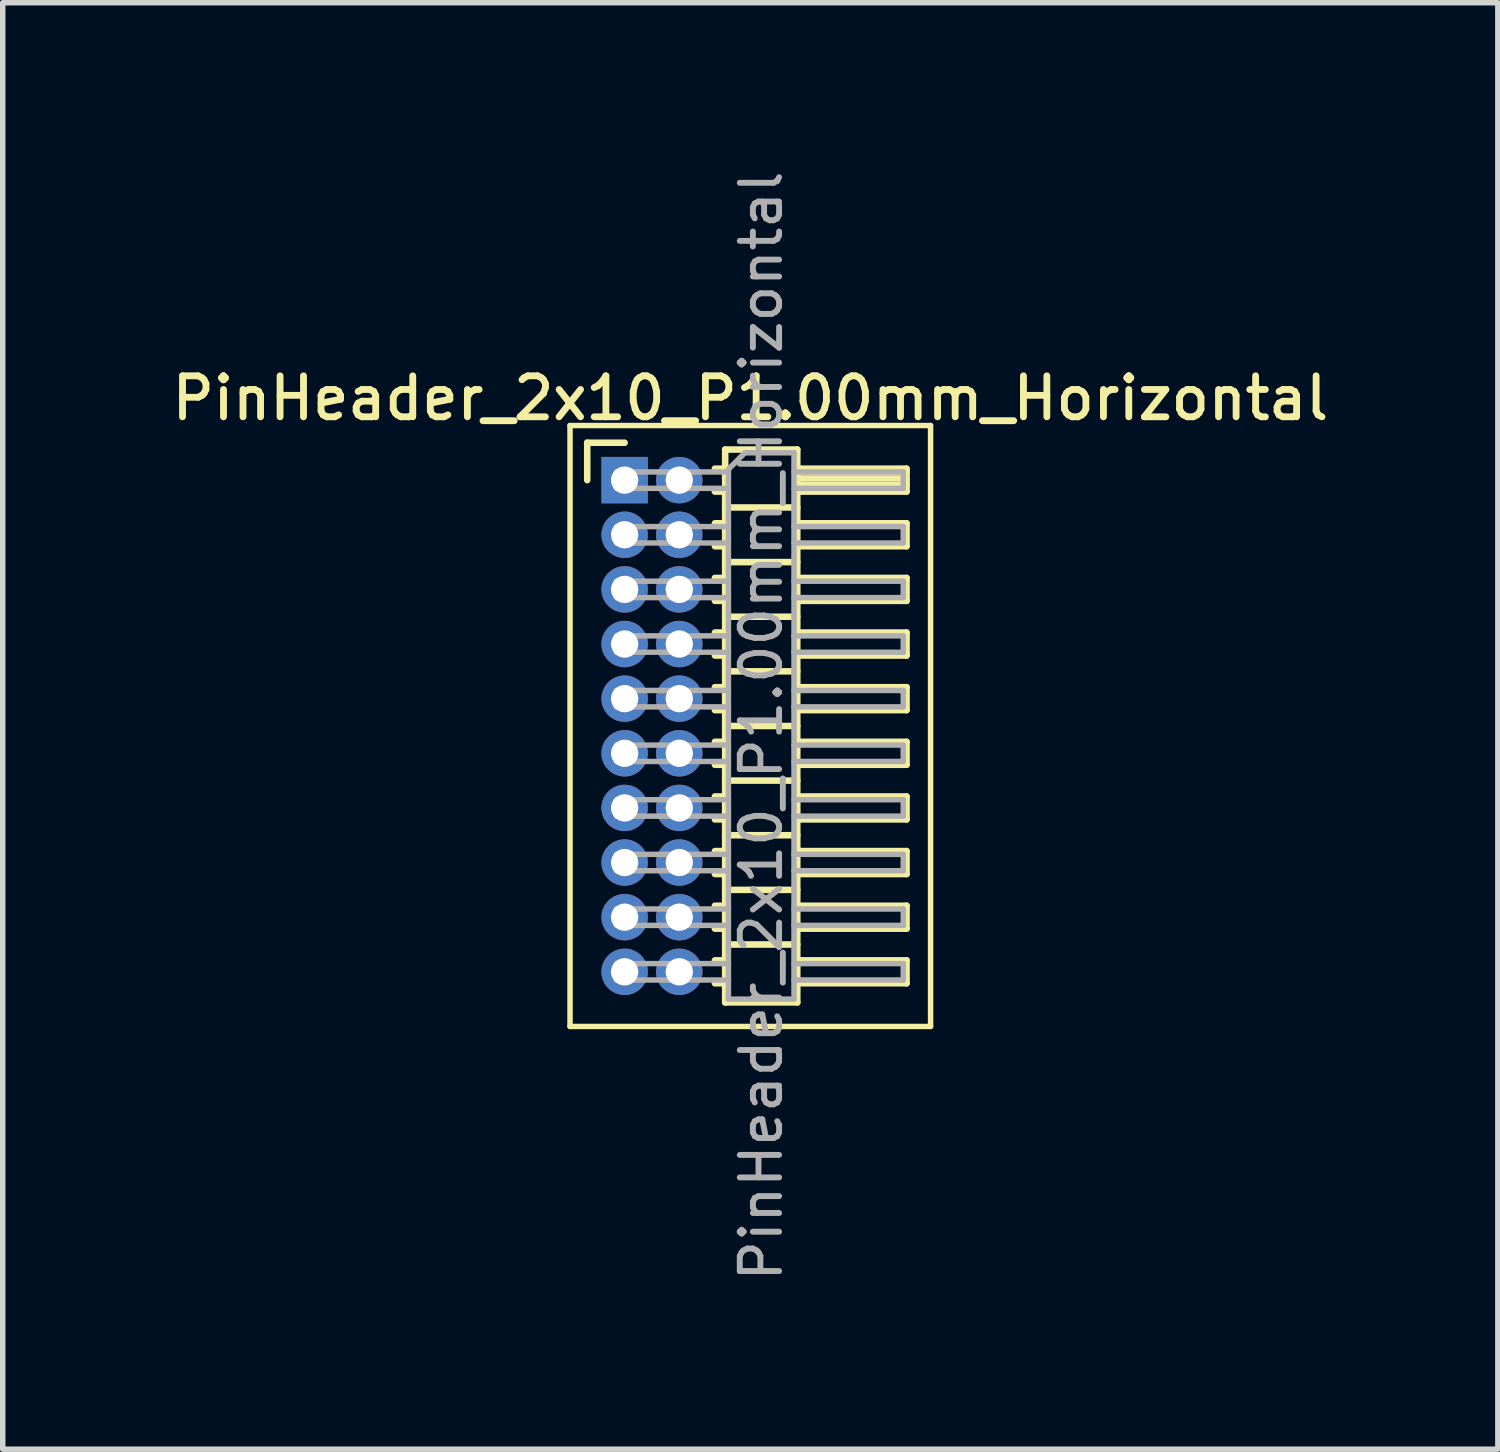
<source format=kicad_pcb>
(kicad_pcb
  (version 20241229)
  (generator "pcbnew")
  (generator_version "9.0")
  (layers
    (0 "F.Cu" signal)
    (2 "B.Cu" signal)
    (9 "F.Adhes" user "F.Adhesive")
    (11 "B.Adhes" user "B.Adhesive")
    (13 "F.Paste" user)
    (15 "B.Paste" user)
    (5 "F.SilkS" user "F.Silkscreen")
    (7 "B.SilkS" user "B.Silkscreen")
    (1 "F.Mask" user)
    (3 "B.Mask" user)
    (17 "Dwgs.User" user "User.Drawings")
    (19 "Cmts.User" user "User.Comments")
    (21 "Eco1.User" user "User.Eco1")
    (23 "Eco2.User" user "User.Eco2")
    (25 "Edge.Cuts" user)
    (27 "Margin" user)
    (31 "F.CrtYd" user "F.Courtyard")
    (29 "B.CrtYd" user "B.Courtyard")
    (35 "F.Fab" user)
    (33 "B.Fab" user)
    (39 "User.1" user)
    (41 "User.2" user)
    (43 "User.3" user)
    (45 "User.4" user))
  (footprint "PinHeader_2x10_P1.00mm_Horizontal"
    (layer "F.Cu")
    (at 8.384 5.739)
    (property "Reference" "PinHeader_2x10_P1.00mm_Horizontal" (at 2.3 -1.5 0) (layer "F.SilkS") (effects (font (size 0.75 0.75) (thickness 0.125))))
    (attr through_hole)
    (fp_line (start -1 -1) (end -1 10) (stroke (width 0.1) (type solid)) (layer "F.SilkS"))
    (fp_line (start -1 10) (end 5.6 10) (stroke (width 0.1) (type solid)) (layer "F.SilkS"))
    (fp_line (start -0.685 -0.685) (end 0 -0.685) (stroke (width 0.12) (type solid)) (layer "F.SilkS"))
    (fp_line (start -0.685 0) (end -0.685 -0.685) (stroke (width 0.12) (type solid)) (layer "F.SilkS"))
    (fp_line (start 1.652 -0.21) (end 1.84 -0.21) (stroke (width 0.12) (type solid)) (layer "F.SilkS"))
    (fp_line (start 1.652 0.21) (end 1.84 0.21) (stroke (width 0.12) (type solid)) (layer "F.SilkS"))
    (fp_line (start 1.652 0.79) (end 1.84 0.79) (stroke (width 0.12) (type solid)) (layer "F.SilkS"))
    (fp_line (start 1.652 1.21) (end 1.84 1.21) (stroke (width 0.12) (type solid)) (layer "F.SilkS"))
    (fp_line (start 1.652 1.79) (end 1.84 1.79) (stroke (width 0.12) (type solid)) (layer "F.SilkS"))
    (fp_line (start 1.652 2.21) (end 1.84 2.21) (stroke (width 0.12) (type solid)) (layer "F.SilkS"))
    (fp_line (start 1.652 2.79) (end 1.84 2.79) (stroke (width 0.12) (type solid)) (layer "F.SilkS"))
    (fp_line (start 1.652 3.21) (end 1.84 3.21) (stroke (width 0.12) (type solid)) (layer "F.SilkS"))
    (fp_line (start 1.652 3.79) (end 1.84 3.79) (stroke (width 0.12) (type solid)) (layer "F.SilkS"))
    (fp_line (start 1.652 4.21) (end 1.84 4.21) (stroke (width 0.12) (type solid)) (layer "F.SilkS"))
    (fp_line (start 1.652 4.79) (end 1.84 4.79) (stroke (width 0.12) (type solid)) (layer "F.SilkS"))
    (fp_line (start 1.652 5.21) (end 1.84 5.21) (stroke (width 0.12) (type solid)) (layer "F.SilkS"))
    (fp_line (start 1.652 5.79) (end 1.84 5.79) (stroke (width 0.12) (type solid)) (layer "F.SilkS"))
    (fp_line (start 1.652 6.21) (end 1.84 6.21) (stroke (width 0.12) (type solid)) (layer "F.SilkS"))
    (fp_line (start 1.652 6.79) (end 1.84 6.79) (stroke (width 0.12) (type solid)) (layer "F.SilkS"))
    (fp_line (start 1.652 7.21) (end 1.84 7.21) (stroke (width 0.12) (type solid)) (layer "F.SilkS"))
    (fp_line (start 1.652 7.79) (end 1.84 7.79) (stroke (width 0.12) (type solid)) (layer "F.SilkS"))
    (fp_line (start 1.652 8.21) (end 1.84 8.21) (stroke (width 0.12) (type solid)) (layer "F.SilkS"))
    (fp_line (start 1.652 8.79) (end 1.84 8.79) (stroke (width 0.12) (type solid)) (layer "F.SilkS"))
    (fp_line (start 1.652 9.21) (end 1.84 9.21) (stroke (width 0.12) (type solid)) (layer "F.SilkS"))
    (fp_line (start 1.84 -0.56) (end 1.84 9.56) (stroke (width 0.12) (type solid)) (layer "F.SilkS"))
    (fp_line (start 1.84 0.5) (end 3.16 0.5) (stroke (width 0.12) (type solid)) (layer "F.SilkS"))
    (fp_line (start 1.84 1.5) (end 3.16 1.5) (stroke (width 0.12) (type solid)) (layer "F.SilkS"))
    (fp_line (start 1.84 2.5) (end 3.16 2.5) (stroke (width 0.12) (type solid)) (layer "F.SilkS"))
    (fp_line (start 1.84 3.5) (end 3.16 3.5) (stroke (width 0.12) (type solid)) (layer "F.SilkS"))
    (fp_line (start 1.84 4.5) (end 3.16 4.5) (stroke (width 0.12) (type solid)) (layer "F.SilkS"))
    (fp_line (start 1.84 5.5) (end 3.16 5.5) (stroke (width 0.12) (type solid)) (layer "F.SilkS"))
    (fp_line (start 1.84 6.5) (end 3.16 6.5) (stroke (width 0.12) (type solid)) (layer "F.SilkS"))
    (fp_line (start 1.84 7.5) (end 3.16 7.5) (stroke (width 0.12) (type solid)) (layer "F.SilkS"))
    (fp_line (start 1.84 8.5) (end 3.16 8.5) (stroke (width 0.12) (type solid)) (layer "F.SilkS"))
    (fp_line (start 1.84 9.56) (end 3.16 9.56) (stroke (width 0.12) (type solid)) (layer "F.SilkS"))
    (fp_line (start 3.16 -0.56) (end 1.84 -0.56) (stroke (width 0.12) (type solid)) (layer "F.SilkS"))
    (fp_line (start 3.16 -0.21) (end 5.16 -0.21) (stroke (width 0.12) (type solid)) (layer "F.SilkS"))
    (fp_line (start 3.16 -0.15) (end 5.16 -0.15) (stroke (width 0.12) (type solid)) (layer "F.SilkS"))
    (fp_line (start 3.16 -0.03) (end 5.16 -0.03) (stroke (width 0.12) (type solid)) (layer "F.SilkS"))
    (fp_line (start 3.16 0.09) (end 5.16 0.09) (stroke (width 0.12) (type solid)) (layer "F.SilkS"))
    (fp_line (start 3.16 0.79) (end 5.16 0.79) (stroke (width 0.12) (type solid)) (layer "F.SilkS"))
    (fp_line (start 3.16 1.79) (end 5.16 1.79) (stroke (width 0.12) (type solid)) (layer "F.SilkS"))
    (fp_line (start 3.16 2.79) (end 5.16 2.79) (stroke (width 0.12) (type solid)) (layer "F.SilkS"))
    (fp_line (start 3.16 3.79) (end 5.16 3.79) (stroke (width 0.12) (type solid)) (layer "F.SilkS"))
    (fp_line (start 3.16 4.79) (end 5.16 4.79) (stroke (width 0.12) (type solid)) (layer "F.SilkS"))
    (fp_line (start 3.16 5.79) (end 5.16 5.79) (stroke (width 0.12) (type solid)) (layer "F.SilkS"))
    (fp_line (start 3.16 6.79) (end 5.16 6.79) (stroke (width 0.12) (type solid)) (layer "F.SilkS"))
    (fp_line (start 3.16 7.79) (end 5.16 7.79) (stroke (width 0.12) (type solid)) (layer "F.SilkS"))
    (fp_line (start 3.16 8.79) (end 5.16 8.79) (stroke (width 0.12) (type solid)) (layer "F.SilkS"))
    (fp_line (start 3.16 9.56) (end 3.16 -0.56) (stroke (width 0.12) (type solid)) (layer "F.SilkS"))
    (fp_line (start 5.16 -0.21) (end 5.16 0.21) (stroke (width 0.12) (type solid)) (layer "F.SilkS"))
    (fp_line (start 5.16 0.21) (end 3.16 0.21) (stroke (width 0.12) (type solid)) (layer "F.SilkS"))
    (fp_line (start 5.16 0.79) (end 5.16 1.21) (stroke (width 0.12) (type solid)) (layer "F.SilkS"))
    (fp_line (start 5.16 1.21) (end 3.16 1.21) (stroke (width 0.12) (type solid)) (layer "F.SilkS"))
    (fp_line (start 5.16 1.79) (end 5.16 2.21) (stroke (width 0.12) (type solid)) (layer "F.SilkS"))
    (fp_line (start 5.16 2.21) (end 3.16 2.21) (stroke (width 0.12) (type solid)) (layer "F.SilkS"))
    (fp_line (start 5.16 2.79) (end 5.16 3.21) (stroke (width 0.12) (type solid)) (layer "F.SilkS"))
    (fp_line (start 5.16 3.21) (end 3.16 3.21) (stroke (width 0.12) (type solid)) (layer "F.SilkS"))
    (fp_line (start 5.16 3.79) (end 5.16 4.21) (stroke (width 0.12) (type solid)) (layer "F.SilkS"))
    (fp_line (start 5.16 4.21) (end 3.16 4.21) (stroke (width 0.12) (type solid)) (layer "F.SilkS"))
    (fp_line (start 5.16 4.79) (end 5.16 5.21) (stroke (width 0.12) (type solid)) (layer "F.SilkS"))
    (fp_line (start 5.16 5.21) (end 3.16 5.21) (stroke (width 0.12) (type solid)) (layer "F.SilkS"))
    (fp_line (start 5.16 5.79) (end 5.16 6.21) (stroke (width 0.12) (type solid)) (layer "F.SilkS"))
    (fp_line (start 5.16 6.21) (end 3.16 6.21) (stroke (width 0.12) (type solid)) (layer "F.SilkS"))
    (fp_line (start 5.16 6.79) (end 5.16 7.21) (stroke (width 0.12) (type solid)) (layer "F.SilkS"))
    (fp_line (start 5.16 7.21) (end 3.16 7.21) (stroke (width 0.12) (type solid)) (layer "F.SilkS"))
    (fp_line (start 5.16 7.79) (end 5.16 8.21) (stroke (width 0.12) (type solid)) (layer "F.SilkS"))
    (fp_line (start 5.16 8.21) (end 3.16 8.21) (stroke (width 0.12) (type solid)) (layer "F.SilkS"))
    (fp_line (start 5.16 8.79) (end 5.16 9.21) (stroke (width 0.12) (type solid)) (layer "F.SilkS"))
    (fp_line (start 5.16 9.21) (end 3.16 9.21) (stroke (width 0.12) (type solid)) (layer "F.SilkS"))
    (fp_line (start 5.6 -1) (end -1 -1) (stroke (width 0.1) (type solid)) (layer "F.SilkS"))
    (fp_line (start 5.6 10) (end 5.6 -1) (stroke (width 0.1) (type solid)) (layer "F.SilkS"))
    (fp_line (start -0.15 -0.15) (end -0.15 0.15) (stroke (width 0.1) (type solid)) (layer "F.Fab"))
    (fp_line (start -0.15 -0.15) (end 1.9 -0.15) (stroke (width 0.1) (type solid)) (layer "F.Fab"))
    (fp_line (start -0.15 0.15) (end 1.9 0.15) (stroke (width 0.1) (type solid)) (layer "F.Fab"))
    (fp_line (start -0.15 0.85) (end -0.15 1.15) (stroke (width 0.1) (type solid)) (layer "F.Fab"))
    (fp_line (start -0.15 0.85) (end 1.9 0.85) (stroke (width 0.1) (type solid)) (layer "F.Fab"))
    (fp_line (start -0.15 1.15) (end 1.9 1.15) (stroke (width 0.1) (type solid)) (layer "F.Fab"))
    (fp_line (start -0.15 1.85) (end -0.15 2.15) (stroke (width 0.1) (type solid)) (layer "F.Fab"))
    (fp_line (start -0.15 1.85) (end 1.9 1.85) (stroke (width 0.1) (type solid)) (layer "F.Fab"))
    (fp_line (start -0.15 2.15) (end 1.9 2.15) (stroke (width 0.1) (type solid)) (layer "F.Fab"))
    (fp_line (start -0.15 2.85) (end -0.15 3.15) (stroke (width 0.1) (type solid)) (layer "F.Fab"))
    (fp_line (start -0.15 2.85) (end 1.9 2.85) (stroke (width 0.1) (type solid)) (layer "F.Fab"))
    (fp_line (start -0.15 3.15) (end 1.9 3.15) (stroke (width 0.1) (type solid)) (layer "F.Fab"))
    (fp_line (start -0.15 3.85) (end -0.15 4.15) (stroke (width 0.1) (type solid)) (layer "F.Fab"))
    (fp_line (start -0.15 3.85) (end 1.9 3.85) (stroke (width 0.1) (type solid)) (layer "F.Fab"))
    (fp_line (start -0.15 4.15) (end 1.9 4.15) (stroke (width 0.1) (type solid)) (layer "F.Fab"))
    (fp_line (start -0.15 4.85) (end -0.15 5.15) (stroke (width 0.1) (type solid)) (layer "F.Fab"))
    (fp_line (start -0.15 4.85) (end 1.9 4.85) (stroke (width 0.1) (type solid)) (layer "F.Fab"))
    (fp_line (start -0.15 5.15) (end 1.9 5.15) (stroke (width 0.1) (type solid)) (layer "F.Fab"))
    (fp_line (start -0.15 5.85) (end -0.15 6.15) (stroke (width 0.1) (type solid)) (layer "F.Fab"))
    (fp_line (start -0.15 5.85) (end 1.9 5.85) (stroke (width 0.1) (type solid)) (layer "F.Fab"))
    (fp_line (start -0.15 6.15) (end 1.9 6.15) (stroke (width 0.1) (type solid)) (layer "F.Fab"))
    (fp_line (start -0.15 6.85) (end -0.15 7.15) (stroke (width 0.1) (type solid)) (layer "F.Fab"))
    (fp_line (start -0.15 6.85) (end 1.9 6.85) (stroke (width 0.1) (type solid)) (layer "F.Fab"))
    (fp_line (start -0.15 7.15) (end 1.9 7.15) (stroke (width 0.1) (type solid)) (layer "F.Fab"))
    (fp_line (start -0.15 7.85) (end -0.15 8.15) (stroke (width 0.1) (type solid)) (layer "F.Fab"))
    (fp_line (start -0.15 7.85) (end 1.9 7.85) (stroke (width 0.1) (type solid)) (layer "F.Fab"))
    (fp_line (start -0.15 8.15) (end 1.9 8.15) (stroke (width 0.1) (type solid)) (layer "F.Fab"))
    (fp_line (start -0.15 8.85) (end -0.15 9.15) (stroke (width 0.1) (type solid)) (layer "F.Fab"))
    (fp_line (start -0.15 8.85) (end 1.9 8.85) (stroke (width 0.1) (type solid)) (layer "F.Fab"))
    (fp_line (start -0.15 9.15) (end 1.9 9.15) (stroke (width 0.1) (type solid)) (layer "F.Fab"))
    (fp_line (start 1.9 -0.2) (end 2.2 -0.5) (stroke (width 0.1) (type solid)) (layer "F.Fab"))
    (fp_line (start 1.9 9.5) (end 1.9 -0.2) (stroke (width 0.1) (type solid)) (layer "F.Fab"))
    (fp_line (start 2.2 -0.5) (end 3.1 -0.5) (stroke (width 0.1) (type solid)) (layer "F.Fab"))
    (fp_line (start 3.1 -0.5) (end 3.1 9.5) (stroke (width 0.1) (type solid)) (layer "F.Fab"))
    (fp_line (start 3.1 -0.15) (end 5.1 -0.15) (stroke (width 0.1) (type solid)) (layer "F.Fab"))
    (fp_line (start 3.1 0.15) (end 5.1 0.15) (stroke (width 0.1) (type solid)) (layer "F.Fab"))
    (fp_line (start 3.1 0.85) (end 5.1 0.85) (stroke (width 0.1) (type solid)) (layer "F.Fab"))
    (fp_line (start 3.1 1.15) (end 5.1 1.15) (stroke (width 0.1) (type solid)) (layer "F.Fab"))
    (fp_line (start 3.1 1.85) (end 5.1 1.85) (stroke (width 0.1) (type solid)) (layer "F.Fab"))
    (fp_line (start 3.1 2.15) (end 5.1 2.15) (stroke (width 0.1) (type solid)) (layer "F.Fab"))
    (fp_line (start 3.1 2.85) (end 5.1 2.85) (stroke (width 0.1) (type solid)) (layer "F.Fab"))
    (fp_line (start 3.1 3.15) (end 5.1 3.15) (stroke (width 0.1) (type solid)) (layer "F.Fab"))
    (fp_line (start 3.1 3.85) (end 5.1 3.85) (stroke (width 0.1) (type solid)) (layer "F.Fab"))
    (fp_line (start 3.1 4.15) (end 5.1 4.15) (stroke (width 0.1) (type solid)) (layer "F.Fab"))
    (fp_line (start 3.1 4.85) (end 5.1 4.85) (stroke (width 0.1) (type solid)) (layer "F.Fab"))
    (fp_line (start 3.1 5.15) (end 5.1 5.15) (stroke (width 0.1) (type solid)) (layer "F.Fab"))
    (fp_line (start 3.1 5.85) (end 5.1 5.85) (stroke (width 0.1) (type solid)) (layer "F.Fab"))
    (fp_line (start 3.1 6.15) (end 5.1 6.15) (stroke (width 0.1) (type solid)) (layer "F.Fab"))
    (fp_line (start 3.1 6.85) (end 5.1 6.85) (stroke (width 0.1) (type solid)) (layer "F.Fab"))
    (fp_line (start 3.1 7.15) (end 5.1 7.15) (stroke (width 0.1) (type solid)) (layer "F.Fab"))
    (fp_line (start 3.1 7.85) (end 5.1 7.85) (stroke (width 0.1) (type solid)) (layer "F.Fab"))
    (fp_line (start 3.1 8.15) (end 5.1 8.15) (stroke (width 0.1) (type solid)) (layer "F.Fab"))
    (fp_line (start 3.1 8.85) (end 5.1 8.85) (stroke (width 0.1) (type solid)) (layer "F.Fab"))
    (fp_line (start 3.1 9.15) (end 5.1 9.15) (stroke (width 0.1) (type solid)) (layer "F.Fab"))
    (fp_line (start 3.1 9.5) (end 1.9 9.5) (stroke (width 0.1) (type solid)) (layer "F.Fab"))
    (fp_line (start 5.1 -0.15) (end 5.1 0.15) (stroke (width 0.1) (type solid)) (layer "F.Fab"))
    (fp_line (start 5.1 0.85) (end 5.1 1.15) (stroke (width 0.1) (type solid)) (layer "F.Fab"))
    (fp_line (start 5.1 1.85) (end 5.1 2.15) (stroke (width 0.1) (type solid)) (layer "F.Fab"))
    (fp_line (start 5.1 2.85) (end 5.1 3.15) (stroke (width 0.1) (type solid)) (layer "F.Fab"))
    (fp_line (start 5.1 3.85) (end 5.1 4.15) (stroke (width 0.1) (type solid)) (layer "F.Fab"))
    (fp_line (start 5.1 4.85) (end 5.1 5.15) (stroke (width 0.1) (type solid)) (layer "F.Fab"))
    (fp_line (start 5.1 5.85) (end 5.1 6.15) (stroke (width 0.1) (type solid)) (layer "F.Fab"))
    (fp_line (start 5.1 6.85) (end 5.1 7.15) (stroke (width 0.1) (type solid)) (layer "F.Fab"))
    (fp_line (start 5.1 7.85) (end 5.1 8.15) (stroke (width 0.1) (type solid)) (layer "F.Fab"))
    (fp_line (start 5.1 8.85) (end 5.1 9.15) (stroke (width 0.1) (type solid)) (layer "F.Fab"))
    (fp_text user "${REFERENCE}" (at 2.5 4.5 90) (layer "F.Fab") (effects (font (size 0.72 0.72) (thickness 0.108))))
    (pad "1" thru_hole rect (at 0 0) (size 0.85 0.85) (drill 0.5) (layers "*.Cu" "*.Mask"))
    (pad "2" thru_hole oval (at 1 0) (size 0.85 0.85) (drill 0.5) (layers "*.Cu" "*.Mask"))
    (pad "3" thru_hole oval (at 0 1) (size 0.85 0.85) (drill 0.5) (layers "*.Cu" "*.Mask"))
    (pad "4" thru_hole oval (at 1 1) (size 0.85 0.85) (drill 0.5) (layers "*.Cu" "*.Mask"))
    (pad "5" thru_hole oval (at 0 2) (size 0.85 0.85) (drill 0.5) (layers "*.Cu" "*.Mask"))
    (pad "6" thru_hole oval (at 1 2) (size 0.85 0.85) (drill 0.5) (layers "*.Cu" "*.Mask"))
    (pad "7" thru_hole oval (at 0 3) (size 0.85 0.85) (drill 0.5) (layers "*.Cu" "*.Mask"))
    (pad "8" thru_hole oval (at 1 3) (size 0.85 0.85) (drill 0.5) (layers "*.Cu" "*.Mask"))
    (pad "9" thru_hole oval (at 0 4) (size 0.85 0.85) (drill 0.5) (layers "*.Cu" "*.Mask"))
    (pad "10" thru_hole oval (at 1 4) (size 0.85 0.85) (drill 0.5) (layers "*.Cu" "*.Mask"))
    (pad "11" thru_hole oval (at 0 5) (size 0.85 0.85) (drill 0.5) (layers "*.Cu" "*.Mask"))
    (pad "12" thru_hole oval (at 1 5) (size 0.85 0.85) (drill 0.5) (layers "*.Cu" "*.Mask"))
    (pad "13" thru_hole oval (at 0 6) (size 0.85 0.85) (drill 0.5) (layers "*.Cu" "*.Mask"))
    (pad "14" thru_hole oval (at 1 6) (size 0.85 0.85) (drill 0.5) (layers "*.Cu" "*.Mask"))
    (pad "15" thru_hole oval (at 0 7) (size 0.85 0.85) (drill 0.5) (layers "*.Cu" "*.Mask"))
    (pad "16" thru_hole oval (at 1 7) (size 0.85 0.85) (drill 0.5) (layers "*.Cu" "*.Mask"))
    (pad "17" thru_hole oval (at 0 8) (size 0.85 0.85) (drill 0.5) (layers "*.Cu" "*.Mask"))
    (pad "18" thru_hole oval (at 1 8) (size 0.85 0.85) (drill 0.5) (layers "*.Cu" "*.Mask"))
    (pad "19" thru_hole oval (at 0 9) (size 0.85 0.85) (drill 0.5) (layers "*.Cu" "*.Mask"))
    (pad "20" thru_hole oval (at 1 9) (size 0.85 0.85) (drill 0.5) (layers "*.Cu" "*.Mask")))
  (gr_rect
    (start -3 -3)
    (end 24.368 23.477)
    (stroke (width 0.1) (type default))
    (fill no)
    (layer "Edge.Cuts")))
</source>
